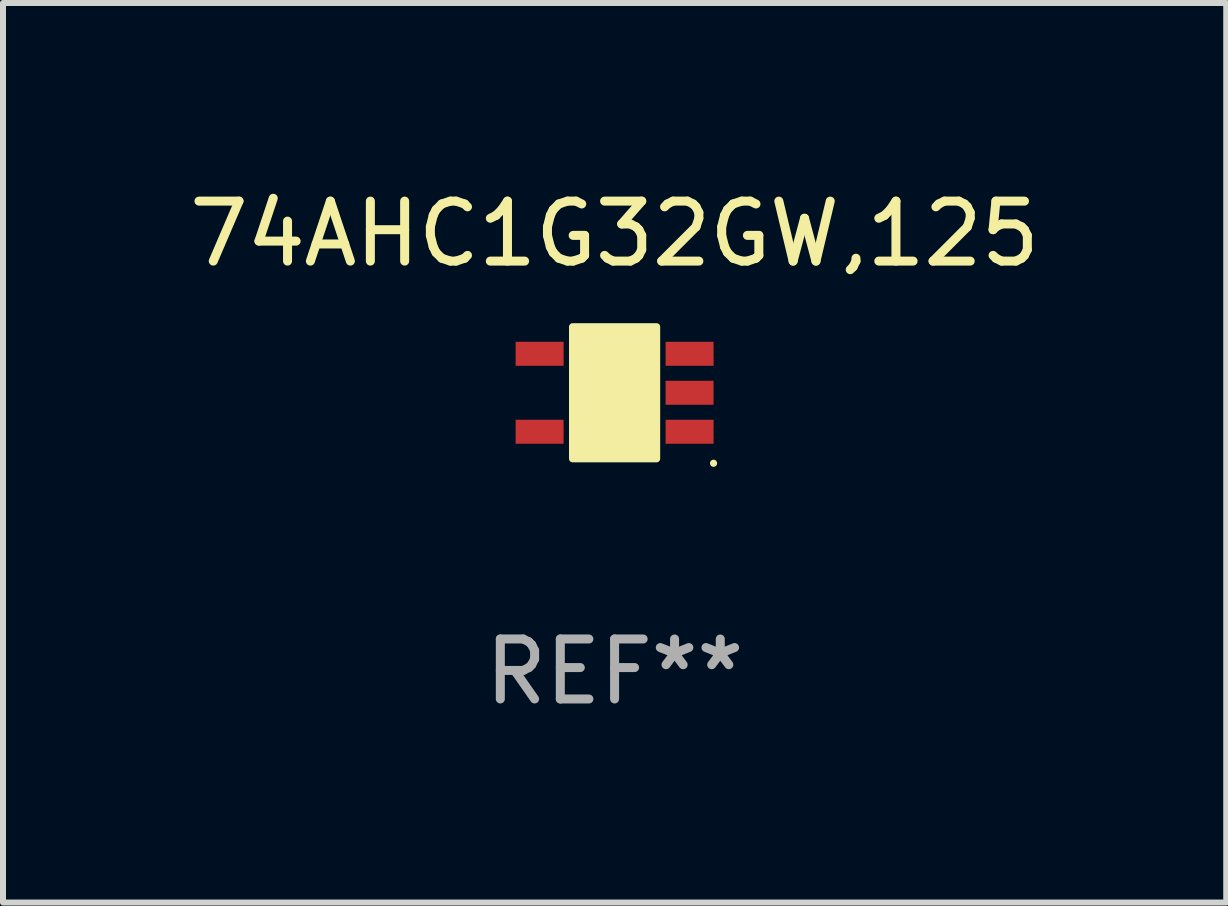
<source format=kicad_pcb>
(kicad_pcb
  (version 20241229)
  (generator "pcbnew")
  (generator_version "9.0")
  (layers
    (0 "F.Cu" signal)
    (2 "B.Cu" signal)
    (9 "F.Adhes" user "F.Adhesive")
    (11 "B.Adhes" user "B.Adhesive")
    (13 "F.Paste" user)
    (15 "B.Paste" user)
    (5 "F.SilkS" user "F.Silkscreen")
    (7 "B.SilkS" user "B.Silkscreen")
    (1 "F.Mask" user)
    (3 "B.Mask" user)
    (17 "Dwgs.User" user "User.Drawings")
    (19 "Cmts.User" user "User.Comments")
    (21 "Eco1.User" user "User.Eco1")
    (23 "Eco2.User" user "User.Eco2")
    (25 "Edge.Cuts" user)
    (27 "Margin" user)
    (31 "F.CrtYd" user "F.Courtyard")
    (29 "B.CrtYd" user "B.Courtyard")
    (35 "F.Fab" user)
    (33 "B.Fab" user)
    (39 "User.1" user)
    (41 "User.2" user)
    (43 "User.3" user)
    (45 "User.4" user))
  (footprint "74AHC1G32GW,125"
    (layer "F.Cu")
    (at 7.196 3.498)
    (property "Reference" "74AHC1G32GW,125" (at 0 -2.65 0) (layer "F.SilkS") (effects (font (size 1 1) (thickness 0.15))))
    (attr through_hole)
    (fp_arc (start 0.381001 0.637541) (mid 0.380995 0.636271) (end 0.381001 0.635001) (stroke (width 0.24892) (type solid)) (layer "F.SilkS"))
    (fp_circle (center 1.65 1.175) (end 1.68 1.175) (stroke (width 0.06) (type solid)) (fill no) (layer "F.SilkS"))
    (fp_poly (pts (xy -0.7 -1.1) (xy 0.7 -1.1) (xy 0.7 1.1) (xy -0.7 1.1)) (stroke (width 0.12) (type solid)) (fill yes) (layer "F.SilkS"))
    (fp_text user "REF**" (at 0 4.65 0) (layer "F.Fab") (effects (font (size 1 1) (thickness 0.15))))
    (pad "1" smd rect (at 1.25 0.65 270) (size 0.4 0.8) (layers "F.Cu" "F.Mask" "F.Paste"))
    (pad "2" smd rect (at 1.25 0 270) (size 0.4 0.8) (layers "F.Cu" "F.Mask" "F.Paste"))
    (pad "3" smd rect (at 1.25 -0.65 270) (size 0.4 0.8) (layers "F.Cu" "F.Mask" "F.Paste"))
    (pad "4" smd rect (at -1.25 -0.65 270) (size 0.4 0.8) (layers "F.Cu" "F.Mask" "F.Paste"))
    (pad "5" smd rect (at -1.25 0.65 270) (size 0.4 0.8) (layers "F.Cu" "F.Mask" "F.Paste")))
  (gr_rect
    (start -3 -3)
    (end 17.393 11.996)
    (stroke (width 0.1) (type default))
    (fill no)
    (layer "Edge.Cuts")))
</source>
